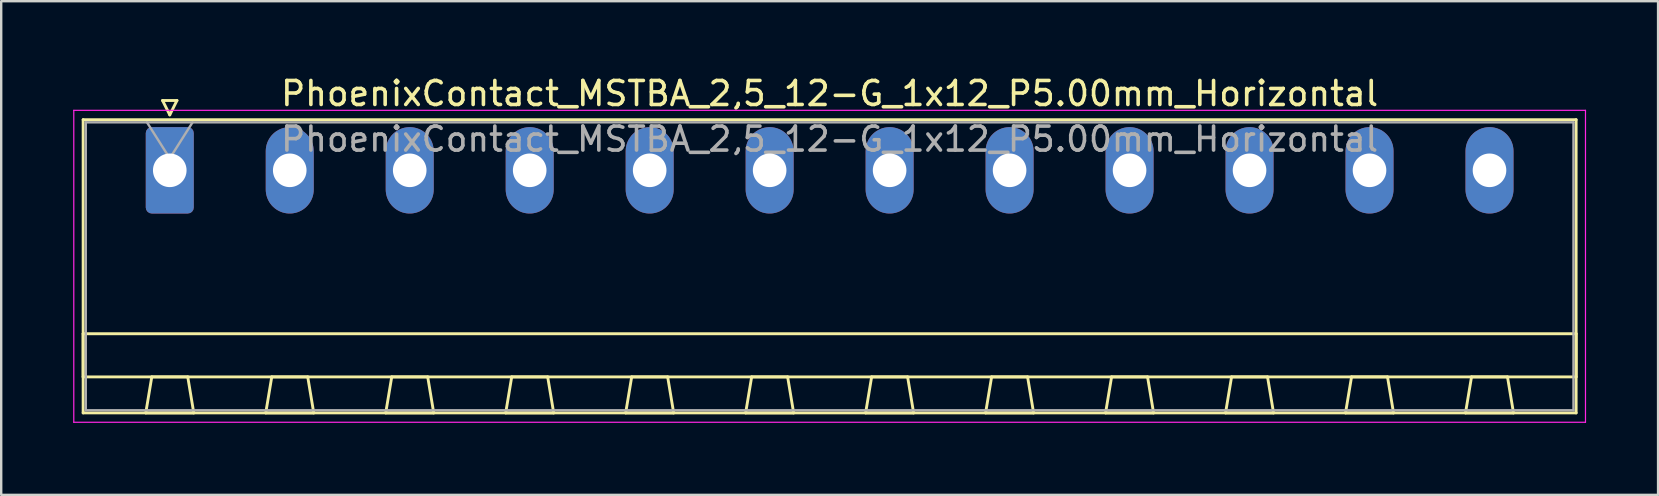
<source format=kicad_pcb>
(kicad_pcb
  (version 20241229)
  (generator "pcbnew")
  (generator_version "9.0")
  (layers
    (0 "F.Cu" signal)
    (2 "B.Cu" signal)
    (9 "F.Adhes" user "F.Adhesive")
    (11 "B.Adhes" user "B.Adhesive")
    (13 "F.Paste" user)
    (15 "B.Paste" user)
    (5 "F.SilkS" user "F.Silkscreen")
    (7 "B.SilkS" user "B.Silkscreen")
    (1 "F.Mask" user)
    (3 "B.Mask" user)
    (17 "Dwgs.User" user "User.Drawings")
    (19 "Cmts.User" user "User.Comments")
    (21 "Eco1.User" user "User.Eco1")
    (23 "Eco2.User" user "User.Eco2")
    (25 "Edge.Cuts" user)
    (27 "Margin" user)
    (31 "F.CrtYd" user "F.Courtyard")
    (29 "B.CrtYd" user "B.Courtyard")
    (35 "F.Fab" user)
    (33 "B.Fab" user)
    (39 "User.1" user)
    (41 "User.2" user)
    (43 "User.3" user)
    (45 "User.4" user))
  (footprint "PhoenixContact_MSTBA_2,5_12-G_1x12_P5.00mm_Horizontal"
    (layer "F.Cu")
    (at 4.025 4.048)
    (property "Reference" "PhoenixContact_MSTBA_2,5_12-G_1x12_P5.00mm_Horizontal" (at 27.5 -3.2 0) (layer "F.SilkS") (effects (font (size 1 1) (thickness 0.15))))
    (attr through_hole)
    (fp_line (start -3.61 -2.11) (end -3.61 10.11) (stroke (width 0.12) (type solid)) (layer "F.SilkS"))
    (fp_line (start -3.61 6.81) (end 58.61 6.81) (stroke (width 0.12) (type solid)) (layer "F.SilkS"))
    (fp_line (start -3.61 8.61) (end -3.61 6.81) (stroke (width 0.12) (type solid)) (layer "F.SilkS"))
    (fp_line (start -3.61 10.11) (end 58.61 10.11) (stroke (width 0.12) (type solid)) (layer "F.SilkS"))
    (fp_line (start -1 10.11) (end 1 10.11) (stroke (width 0.12) (type solid)) (layer "F.SilkS"))
    (fp_line (start -0.75 8.61) (end -1 10.11) (stroke (width 0.12) (type solid)) (layer "F.SilkS"))
    (fp_line (start -0.3 -2.91) (end 0.3 -2.91) (stroke (width 0.12) (type solid)) (layer "F.SilkS"))
    (fp_line (start 0 -2.31) (end -0.3 -2.91) (stroke (width 0.12) (type solid)) (layer "F.SilkS"))
    (fp_line (start 0.3 -2.91) (end 0 -2.31) (stroke (width 0.12) (type solid)) (layer "F.SilkS"))
    (fp_line (start 0.75 8.61) (end -0.75 8.61) (stroke (width 0.12) (type solid)) (layer "F.SilkS"))
    (fp_line (start 1 10.11) (end 0.75 8.61) (stroke (width 0.12) (type solid)) (layer "F.SilkS"))
    (fp_line (start 4 10.11) (end 6 10.11) (stroke (width 0.12) (type solid)) (layer "F.SilkS"))
    (fp_line (start 4.25 8.61) (end 4 10.11) (stroke (width 0.12) (type solid)) (layer "F.SilkS"))
    (fp_line (start 5.75 8.61) (end 4.25 8.61) (stroke (width 0.12) (type solid)) (layer "F.SilkS"))
    (fp_line (start 6 10.11) (end 5.75 8.61) (stroke (width 0.12) (type solid)) (layer "F.SilkS"))
    (fp_line (start 9 10.11) (end 11 10.11) (stroke (width 0.12) (type solid)) (layer "F.SilkS"))
    (fp_line (start 9.25 8.61) (end 9 10.11) (stroke (width 0.12) (type solid)) (layer "F.SilkS"))
    (fp_line (start 10.75 8.61) (end 9.25 8.61) (stroke (width 0.12) (type solid)) (layer "F.SilkS"))
    (fp_line (start 11 10.11) (end 10.75 8.61) (stroke (width 0.12) (type solid)) (layer "F.SilkS"))
    (fp_line (start 14 10.11) (end 16 10.11) (stroke (width 0.12) (type solid)) (layer "F.SilkS"))
    (fp_line (start 14.25 8.61) (end 14 10.11) (stroke (width 0.12) (type solid)) (layer "F.SilkS"))
    (fp_line (start 15.75 8.61) (end 14.25 8.61) (stroke (width 0.12) (type solid)) (layer "F.SilkS"))
    (fp_line (start 16 10.11) (end 15.75 8.61) (stroke (width 0.12) (type solid)) (layer "F.SilkS"))
    (fp_line (start 19 10.11) (end 21 10.11) (stroke (width 0.12) (type solid)) (layer "F.SilkS"))
    (fp_line (start 19.25 8.61) (end 19 10.11) (stroke (width 0.12) (type solid)) (layer "F.SilkS"))
    (fp_line (start 20.75 8.61) (end 19.25 8.61) (stroke (width 0.12) (type solid)) (layer "F.SilkS"))
    (fp_line (start 21 10.11) (end 20.75 8.61) (stroke (width 0.12) (type solid)) (layer "F.SilkS"))
    (fp_line (start 24 10.11) (end 26 10.11) (stroke (width 0.12) (type solid)) (layer "F.SilkS"))
    (fp_line (start 24.25 8.61) (end 24 10.11) (stroke (width 0.12) (type solid)) (layer "F.SilkS"))
    (fp_line (start 25.75 8.61) (end 24.25 8.61) (stroke (width 0.12) (type solid)) (layer "F.SilkS"))
    (fp_line (start 26 10.11) (end 25.75 8.61) (stroke (width 0.12) (type solid)) (layer "F.SilkS"))
    (fp_line (start 29 10.11) (end 31 10.11) (stroke (width 0.12) (type solid)) (layer "F.SilkS"))
    (fp_line (start 29.25 8.61) (end 29 10.11) (stroke (width 0.12) (type solid)) (layer "F.SilkS"))
    (fp_line (start 30.75 8.61) (end 29.25 8.61) (stroke (width 0.12) (type solid)) (layer "F.SilkS"))
    (fp_line (start 31 10.11) (end 30.75 8.61) (stroke (width 0.12) (type solid)) (layer "F.SilkS"))
    (fp_line (start 34 10.11) (end 36 10.11) (stroke (width 0.12) (type solid)) (layer "F.SilkS"))
    (fp_line (start 34.25 8.61) (end 34 10.11) (stroke (width 0.12) (type solid)) (layer "F.SilkS"))
    (fp_line (start 35.75 8.61) (end 34.25 8.61) (stroke (width 0.12) (type solid)) (layer "F.SilkS"))
    (fp_line (start 36 10.11) (end 35.75 8.61) (stroke (width 0.12) (type solid)) (layer "F.SilkS"))
    (fp_line (start 39 10.11) (end 41 10.11) (stroke (width 0.12) (type solid)) (layer "F.SilkS"))
    (fp_line (start 39.25 8.61) (end 39 10.11) (stroke (width 0.12) (type solid)) (layer "F.SilkS"))
    (fp_line (start 40.75 8.61) (end 39.25 8.61) (stroke (width 0.12) (type solid)) (layer "F.SilkS"))
    (fp_line (start 41 10.11) (end 40.75 8.61) (stroke (width 0.12) (type solid)) (layer "F.SilkS"))
    (fp_line (start 44 10.11) (end 46 10.11) (stroke (width 0.12) (type solid)) (layer "F.SilkS"))
    (fp_line (start 44.25 8.61) (end 44 10.11) (stroke (width 0.12) (type solid)) (layer "F.SilkS"))
    (fp_line (start 45.75 8.61) (end 44.25 8.61) (stroke (width 0.12) (type solid)) (layer "F.SilkS"))
    (fp_line (start 46 10.11) (end 45.75 8.61) (stroke (width 0.12) (type solid)) (layer "F.SilkS"))
    (fp_line (start 49 10.11) (end 51 10.11) (stroke (width 0.12) (type solid)) (layer "F.SilkS"))
    (fp_line (start 49.25 8.61) (end 49 10.11) (stroke (width 0.12) (type solid)) (layer "F.SilkS"))
    (fp_line (start 50.75 8.61) (end 49.25 8.61) (stroke (width 0.12) (type solid)) (layer "F.SilkS"))
    (fp_line (start 51 10.11) (end 50.75 8.61) (stroke (width 0.12) (type solid)) (layer "F.SilkS"))
    (fp_line (start 54 10.11) (end 56 10.11) (stroke (width 0.12) (type solid)) (layer "F.SilkS"))
    (fp_line (start 54.25 8.61) (end 54 10.11) (stroke (width 0.12) (type solid)) (layer "F.SilkS"))
    (fp_line (start 55.75 8.61) (end 54.25 8.61) (stroke (width 0.12) (type solid)) (layer "F.SilkS"))
    (fp_line (start 56 10.11) (end 55.75 8.61) (stroke (width 0.12) (type solid)) (layer "F.SilkS"))
    (fp_line (start 58.61 -2.11) (end -3.61 -2.11) (stroke (width 0.12) (type solid)) (layer "F.SilkS"))
    (fp_line (start 58.61 6.81) (end 58.61 8.61) (stroke (width 0.12) (type solid)) (layer "F.SilkS"))
    (fp_line (start 58.61 8.61) (end -3.61 8.61) (stroke (width 0.12) (type solid)) (layer "F.SilkS"))
    (fp_line (start 58.61 10.11) (end 58.61 -2.11) (stroke (width 0.12) (type solid)) (layer "F.SilkS"))
    (fp_line (start -4 -2.5) (end -4 10.5) (stroke (width 0.05) (type solid)) (layer "F.CrtYd"))
    (fp_line (start -4 10.5) (end 59 10.5) (stroke (width 0.05) (type solid)) (layer "F.CrtYd"))
    (fp_line (start 59 -2.5) (end -4 -2.5) (stroke (width 0.05) (type solid)) (layer "F.CrtYd"))
    (fp_line (start 59 10.5) (end 59 -2.5) (stroke (width 0.05) (type solid)) (layer "F.CrtYd"))
    (fp_line (start -3.5 -2) (end -3.5 10) (stroke (width 0.1) (type solid)) (layer "F.Fab"))
    (fp_line (start -3.5 10) (end 58.5 10) (stroke (width 0.1) (type solid)) (layer "F.Fab"))
    (fp_line (start 0 -0.5) (end -0.95 -2) (stroke (width 0.1) (type solid)) (layer "F.Fab"))
    (fp_line (start 0.95 -2) (end 0 -0.5) (stroke (width 0.1) (type solid)) (layer "F.Fab"))
    (fp_line (start 58.5 -2) (end -3.5 -2) (stroke (width 0.1) (type solid)) (layer "F.Fab"))
    (fp_line (start 58.5 10) (end 58.5 -2) (stroke (width 0.1) (type solid)) (layer "F.Fab"))
    (fp_text user "${REFERENCE}" (at 27.5 -1.3 0) (layer "F.Fab") (effects (font (size 1 1) (thickness 0.15))))
    (pad "1" thru_hole roundrect (at 0 0) (size 2 3.6) (drill 1.4) (layers "*.Cu" "*.Mask") (roundrect_rratio 0.125))
    (pad "2" thru_hole oval (at 5 0) (size 2 3.6) (drill 1.4) (layers "*.Cu" "*.Mask"))
    (pad "3" thru_hole oval (at 10 0) (size 2 3.6) (drill 1.4) (layers "*.Cu" "*.Mask"))
    (pad "4" thru_hole oval (at 15 0) (size 2 3.6) (drill 1.4) (layers "*.Cu" "*.Mask"))
    (pad "5" thru_hole oval (at 20 0) (size 2 3.6) (drill 1.4) (layers "*.Cu" "*.Mask"))
    (pad "6" thru_hole oval (at 25 0) (size 2 3.6) (drill 1.4) (layers "*.Cu" "*.Mask"))
    (pad "7" thru_hole oval (at 30 0) (size 2 3.6) (drill 1.4) (layers "*.Cu" "*.Mask"))
    (pad "8" thru_hole oval (at 35 0) (size 2 3.6) (drill 1.4) (layers "*.Cu" "*.Mask"))
    (pad "9" thru_hole oval (at 40 0) (size 2 3.6) (drill 1.4) (layers "*.Cu" "*.Mask"))
    (pad "10" thru_hole oval (at 45 0) (size 2 3.6) (drill 1.4) (layers "*.Cu" "*.Mask"))
    (pad "11" thru_hole oval (at 50 0) (size 2 3.6) (drill 1.4) (layers "*.Cu" "*.Mask"))
    (pad "12" thru_hole oval (at 55 0) (size 2 3.6) (drill 1.4) (layers "*.Cu" "*.Mask")))
  (gr_rect
    (start -3 -3)
    (end 66.05 17.573)
    (stroke (width 0.1) (type default))
    (fill no)
    (layer "Edge.Cuts")))
</source>
